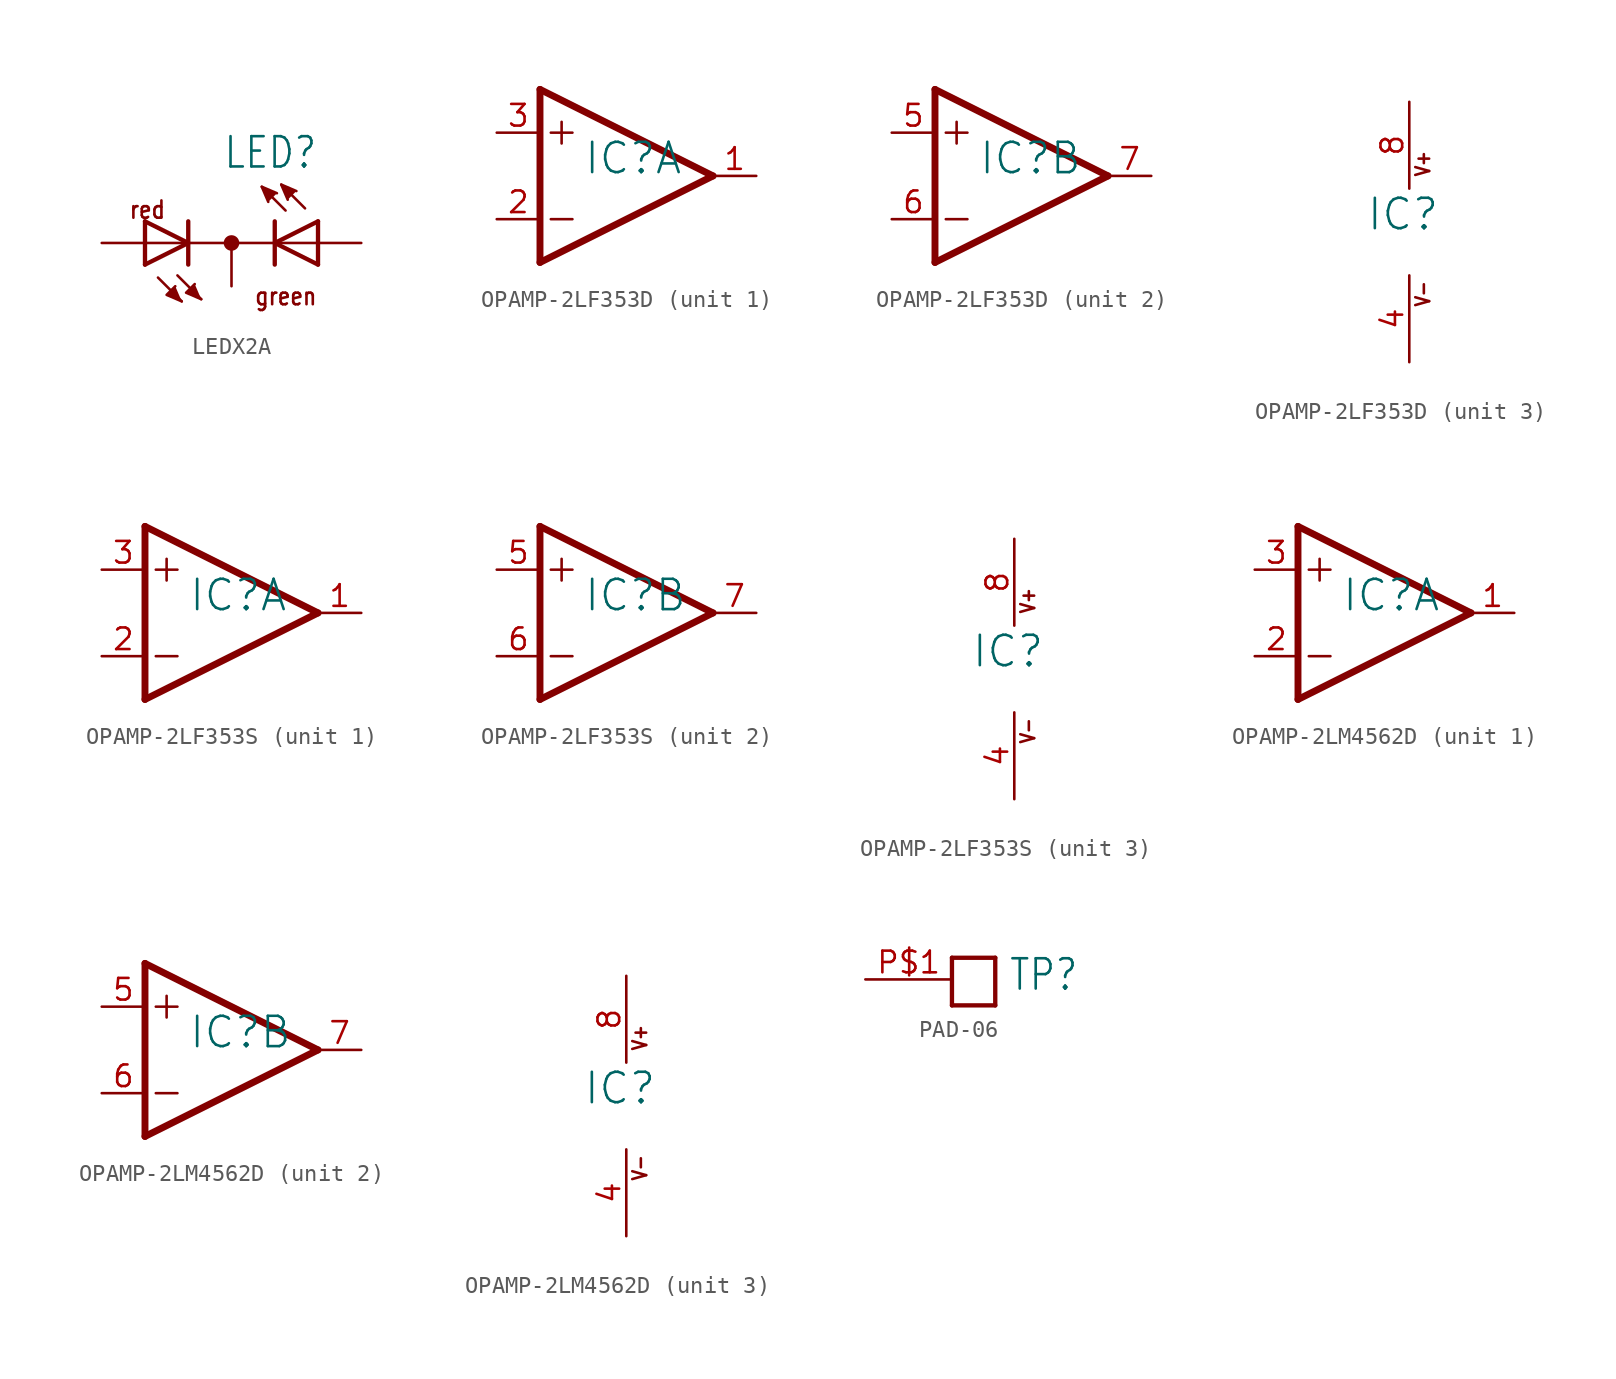
<source format=kicad_sym>
(kicad_symbol_lib
  (version 20231120)
  (generator "kicad_symbol_editor")
  (generator_version "8.0")
  (symbol "LEDX2A"
    (property "Reference" "LED"
      (at 5.08 6.35 0)
      (effects (font (size 1.778 1.511)) (justify right top)))
    (property "Value" ""
      (at 5.08 8.89 0)
      (effects (font (size 1.778 1.511)) (justify right top)))
    (property "ki_locked" ""
      (at 0 0 0)
      (effects (font (size 1.27 1.27))))
    (symbol "LEDX2A_1_0"
      (polyline (pts (xy -5.08 0) (xy -5.08 -1.27)) (stroke (width 0.254) (type solid)) (fill (type none)))
      (polyline (pts (xy -5.08 0) (xy -2.54 0)) (stroke (width 0.152) (type solid)) (fill (type none)))
      (polyline (pts (xy -5.08 1.27) (xy -5.08 0)) (stroke (width 0.254) (type solid)) (fill (type none)))
      (polyline (pts (xy -5.08 1.27) (xy -2.54 0)) (stroke (width 0.254) (type solid)) (fill (type none)))
      (polyline (pts (xy -4.318 -2.032) (xy -2.921 -3.429)) (stroke (width 0.152) (type solid)) (fill (type none)))
      (polyline (pts (xy -3.175 -1.905) (xy -1.778 -3.302)) (stroke (width 0.152) (type solid)) (fill (type none)))
      (polyline (pts (xy -2.54 0) (xy -5.08 -1.27)) (stroke (width 0.254) (type solid)) (fill (type none)))
      (polyline (pts (xy -2.54 0) (xy -2.54 -1.27)) (stroke (width 0.254) (type solid)) (fill (type none)))
      (polyline (pts (xy -2.54 0) (xy 2.54 0)) (stroke (width 0.152) (type solid)) (fill (type none)))
      (polyline (pts (xy -2.54 1.27) (xy -2.54 0)) (stroke (width 0.254) (type solid)) (fill (type none)))
      (polyline (pts (xy 2.54 -1.27) (xy 2.54 0)) (stroke (width 0.254) (type solid)) (fill (type none)))
      (polyline (pts (xy 2.54 0) (xy 2.54 1.27)) (stroke (width 0.254) (type solid)) (fill (type none)))
      (polyline (pts (xy 2.54 0) (xy 5.08 1.27)) (stroke (width 0.254) (type solid)) (fill (type none)))
      (polyline (pts (xy 3.175 1.905) (xy 1.778 3.302)) (stroke (width 0.152) (type solid)) (fill (type none)))
      (polyline (pts (xy 4.318 2.032) (xy 2.921 3.429)) (stroke (width 0.152) (type solid)) (fill (type none)))
      (polyline (pts (xy 5.08 -1.27) (xy 2.54 0)) (stroke (width 0.254) (type solid)) (fill (type none)))
      (polyline (pts (xy 5.08 -1.27) (xy 5.08 0)) (stroke (width 0.254) (type solid)) (fill (type none)))
      (polyline (pts (xy 5.08 0) (xy 2.54 0)) (stroke (width 0.152) (type solid)) (fill (type none)))
      (polyline (pts (xy 5.08 0) (xy 5.08 1.27)) (stroke (width 0.254) (type solid)) (fill (type none)))
      (polyline (pts (xy -2.921 -3.429) (xy -3.81 -3.048) (xy -3.302 -2.54)) (stroke (width 0.152) (type solid)) (fill (type outline)))
      (polyline (pts (xy -1.778 -3.302) (xy -2.667 -2.921) (xy -2.159 -2.413)) (stroke (width 0.152) (type solid)) (fill (type outline)))
      (polyline (pts (xy 2.159 2.413) (xy 1.778 3.302) (xy 2.667 2.921)) (stroke (width 0.152) (type solid)) (fill (type outline)))
      (polyline (pts (xy 3.302 2.54) (xy 2.921 3.429) (xy 3.81 3.048)) (stroke (width 0.152) (type solid)) (fill (type outline)))
      (circle (center 0 0) (radius 0.254) (stroke (width 0.406) (type solid)) (fill (type none)))
      (text "green" (at 5.08 -2.54 0) (effects (font (size 1.016 0.864)) (justify right top)))
      (text "red" (at -3.81 2.54 0) (effects (font (size 1.016 0.864)) (justify right top)))
      (pin passive line (at -7.62 0 0) (length 2.54) (name "AR" (effects (font (size 0 0)))) (number "A-1" (effects (font (size 0 0)))))
      (pin passive line (at 7.62 0 180) (length 2.54) (name "AG" (effects (font (size 0 0)))) (number "A-3" (effects (font (size 0 0)))))
      (pin passive line (at 0 -2.54 90) (length 2.54) (name "C" (effects (font (size 0 0)))) (number "K-2" (effects (font (size 0 0)))))))
  (symbol "OPAMP-2LF353D"
    (property "Reference" "IC"
      (at -2.54 0 0)
      (effects (font (size 1.778 1.778)) (justify left bottom)))
    (property "ki_locked" ""
      (at 0 0 0)
      (effects (font (size 1.27 1.27))))
    (symbol "OPAMP-2LF353D_1_0"
      (polyline (pts (xy -5.08 -5.08) (xy 5.08 0)) (stroke (width 0.406) (type solid)) (fill (type none)))
      (polyline (pts (xy -5.08 5.08) (xy -5.08 -5.08)) (stroke (width 0.406) (type solid)) (fill (type none)))
      (polyline (pts (xy -4.445 -2.54) (xy -3.175 -2.54)) (stroke (width 0.152) (type solid)) (fill (type none)))
      (polyline (pts (xy -4.445 2.54) (xy -3.175 2.54)) (stroke (width 0.152) (type solid)) (fill (type none)))
      (polyline (pts (xy -3.81 3.175) (xy -3.81 1.905)) (stroke (width 0.152) (type solid)) (fill (type none)))
      (polyline (pts (xy 5.08 0) (xy -5.08 5.08)) (stroke (width 0.406) (type solid)) (fill (type none)))
      (pin output line (at 7.62 0 180) (length 2.54) (name "OUT" (effects (font (size 0 0)))) (number "1" (effects (font (size 1.27 1.27)))))
      (pin input line (at -7.62 -2.54 0) (length 2.54) (name "-IN" (effects (font (size 0 0)))) (number "2" (effects (font (size 1.27 1.27)))))
      (pin input line (at -7.62 2.54 0) (length 2.54) (name "+IN" (effects (font (size 0 0)))) (number "3" (effects (font (size 1.27 1.27))))))
    (symbol "OPAMP-2LF353D_2_0"
      (polyline (pts (xy -5.08 -5.08) (xy 5.08 0)) (stroke (width 0.406) (type solid)) (fill (type none)))
      (polyline (pts (xy -5.08 5.08) (xy -5.08 -5.08)) (stroke (width 0.406) (type solid)) (fill (type none)))
      (polyline (pts (xy -4.445 -2.54) (xy -3.175 -2.54)) (stroke (width 0.152) (type solid)) (fill (type none)))
      (polyline (pts (xy -4.445 2.54) (xy -3.175 2.54)) (stroke (width 0.152) (type solid)) (fill (type none)))
      (polyline (pts (xy -3.81 3.175) (xy -3.81 1.905)) (stroke (width 0.152) (type solid)) (fill (type none)))
      (polyline (pts (xy 5.08 0) (xy -5.08 5.08)) (stroke (width 0.406) (type solid)) (fill (type none)))
      (pin input line (at -7.62 2.54 0) (length 2.54) (name "+IN" (effects (font (size 0 0)))) (number "5" (effects (font (size 1.27 1.27)))))
      (pin input line (at -7.62 -2.54 0) (length 2.54) (name "-IN" (effects (font (size 0 0)))) (number "6" (effects (font (size 1.27 1.27)))))
      (pin output line (at 7.62 0 180) (length 2.54) (name "OUT" (effects (font (size 0 0)))) (number "7" (effects (font (size 1.27 1.27))))))
    (symbol "OPAMP-2LF353D_3_0"
      (text "V+" (at 1.27 3.175 900) (effects (font (size 0.813 0.691)) (justify left bottom)))
      (text "V-" (at 1.27 -4.445 900) (effects (font (size 0.813 0.691)) (justify left bottom)))
      (pin power_in line (at 0 -7.62 90) (length 5.08) (name "V-" (effects (font (size 0 0)))) (number "4" (effects (font (size 1.27 1.27)))))
      (pin power_in line (at 0 7.62 270) (length 5.08) (name "V+" (effects (font (size 0 0)))) (number "8" (effects (font (size 1.27 1.27)))))))
  (symbol "OPAMP-2LF353S"
    (property "Reference" "IC"
      (at -2.54 0 0)
      (effects (font (size 1.778 1.778)) (justify left bottom)))
    (property "ki_locked" ""
      (at 0 0 0)
      (effects (font (size 1.27 1.27))))
    (symbol "OPAMP-2LF353S_1_0"
      (polyline (pts (xy -5.08 -5.08) (xy 5.08 0)) (stroke (width 0.406) (type solid)) (fill (type none)))
      (polyline (pts (xy -5.08 5.08) (xy -5.08 -5.08)) (stroke (width 0.406) (type solid)) (fill (type none)))
      (polyline (pts (xy -4.445 -2.54) (xy -3.175 -2.54)) (stroke (width 0.152) (type solid)) (fill (type none)))
      (polyline (pts (xy -4.445 2.54) (xy -3.175 2.54)) (stroke (width 0.152) (type solid)) (fill (type none)))
      (polyline (pts (xy -3.81 3.175) (xy -3.81 1.905)) (stroke (width 0.152) (type solid)) (fill (type none)))
      (polyline (pts (xy 5.08 0) (xy -5.08 5.08)) (stroke (width 0.406) (type solid)) (fill (type none)))
      (pin output line (at 7.62 0 180) (length 2.54) (name "OUT" (effects (font (size 0 0)))) (number "1" (effects (font (size 1.27 1.27)))))
      (pin input line (at -7.62 -2.54 0) (length 2.54) (name "-IN" (effects (font (size 0 0)))) (number "2" (effects (font (size 1.27 1.27)))))
      (pin input line (at -7.62 2.54 0) (length 2.54) (name "+IN" (effects (font (size 0 0)))) (number "3" (effects (font (size 1.27 1.27))))))
    (symbol "OPAMP-2LF353S_2_0"
      (polyline (pts (xy -5.08 -5.08) (xy 5.08 0)) (stroke (width 0.406) (type solid)) (fill (type none)))
      (polyline (pts (xy -5.08 5.08) (xy -5.08 -5.08)) (stroke (width 0.406) (type solid)) (fill (type none)))
      (polyline (pts (xy -4.445 -2.54) (xy -3.175 -2.54)) (stroke (width 0.152) (type solid)) (fill (type none)))
      (polyline (pts (xy -4.445 2.54) (xy -3.175 2.54)) (stroke (width 0.152) (type solid)) (fill (type none)))
      (polyline (pts (xy -3.81 3.175) (xy -3.81 1.905)) (stroke (width 0.152) (type solid)) (fill (type none)))
      (polyline (pts (xy 5.08 0) (xy -5.08 5.08)) (stroke (width 0.406) (type solid)) (fill (type none)))
      (pin input line (at -7.62 2.54 0) (length 2.54) (name "+IN" (effects (font (size 0 0)))) (number "5" (effects (font (size 1.27 1.27)))))
      (pin input line (at -7.62 -2.54 0) (length 2.54) (name "-IN" (effects (font (size 0 0)))) (number "6" (effects (font (size 1.27 1.27)))))
      (pin output line (at 7.62 0 180) (length 2.54) (name "OUT" (effects (font (size 0 0)))) (number "7" (effects (font (size 1.27 1.27))))))
    (symbol "OPAMP-2LF353S_3_0"
      (text "V+" (at 1.27 3.175 900) (effects (font (size 0.813 0.691)) (justify left bottom)))
      (text "V-" (at 1.27 -4.445 900) (effects (font (size 0.813 0.691)) (justify left bottom)))
      (pin power_in line (at 0 -7.62 90) (length 5.08) (name "V-" (effects (font (size 0 0)))) (number "4" (effects (font (size 1.27 1.27)))))
      (pin power_in line (at 0 7.62 270) (length 5.08) (name "V+" (effects (font (size 0 0)))) (number "8" (effects (font (size 1.27 1.27)))))))
  (symbol "OPAMP-2LM4562D"
    (property "Reference" "IC"
      (at -2.54 0 0)
      (effects (font (size 1.778 1.778)) (justify left bottom)))
    (property "ki_locked" ""
      (at 0 0 0)
      (effects (font (size 1.27 1.27))))
    (symbol "OPAMP-2LM4562D_1_0"
      (polyline (pts (xy -5.08 -5.08) (xy 5.08 0)) (stroke (width 0.406) (type solid)) (fill (type none)))
      (polyline (pts (xy -5.08 5.08) (xy -5.08 -5.08)) (stroke (width 0.406) (type solid)) (fill (type none)))
      (polyline (pts (xy -4.445 -2.54) (xy -3.175 -2.54)) (stroke (width 0.152) (type solid)) (fill (type none)))
      (polyline (pts (xy -4.445 2.54) (xy -3.175 2.54)) (stroke (width 0.152) (type solid)) (fill (type none)))
      (polyline (pts (xy -3.81 3.175) (xy -3.81 1.905)) (stroke (width 0.152) (type solid)) (fill (type none)))
      (polyline (pts (xy 5.08 0) (xy -5.08 5.08)) (stroke (width 0.406) (type solid)) (fill (type none)))
      (pin output line (at 7.62 0 180) (length 2.54) (name "OUT" (effects (font (size 0 0)))) (number "1" (effects (font (size 1.27 1.27)))))
      (pin input line (at -7.62 -2.54 0) (length 2.54) (name "-IN" (effects (font (size 0 0)))) (number "2" (effects (font (size 1.27 1.27)))))
      (pin input line (at -7.62 2.54 0) (length 2.54) (name "+IN" (effects (font (size 0 0)))) (number "3" (effects (font (size 1.27 1.27))))))
    (symbol "OPAMP-2LM4562D_2_0"
      (polyline (pts (xy -5.08 -5.08) (xy 5.08 0)) (stroke (width 0.406) (type solid)) (fill (type none)))
      (polyline (pts (xy -5.08 5.08) (xy -5.08 -5.08)) (stroke (width 0.406) (type solid)) (fill (type none)))
      (polyline (pts (xy -4.445 -2.54) (xy -3.175 -2.54)) (stroke (width 0.152) (type solid)) (fill (type none)))
      (polyline (pts (xy -4.445 2.54) (xy -3.175 2.54)) (stroke (width 0.152) (type solid)) (fill (type none)))
      (polyline (pts (xy -3.81 3.175) (xy -3.81 1.905)) (stroke (width 0.152) (type solid)) (fill (type none)))
      (polyline (pts (xy 5.08 0) (xy -5.08 5.08)) (stroke (width 0.406) (type solid)) (fill (type none)))
      (pin input line (at -7.62 2.54 0) (length 2.54) (name "+IN" (effects (font (size 0 0)))) (number "5" (effects (font (size 1.27 1.27)))))
      (pin input line (at -7.62 -2.54 0) (length 2.54) (name "-IN" (effects (font (size 0 0)))) (number "6" (effects (font (size 1.27 1.27)))))
      (pin output line (at 7.62 0 180) (length 2.54) (name "OUT" (effects (font (size 0 0)))) (number "7" (effects (font (size 1.27 1.27))))))
    (symbol "OPAMP-2LM4562D_3_0"
      (text "V+" (at 1.27 3.175 900) (effects (font (size 0.813 0.691)) (justify left bottom)))
      (text "V-" (at 1.27 -4.445 900) (effects (font (size 0.813 0.691)) (justify left bottom)))
      (pin power_in line (at 0 -7.62 90) (length 5.08) (name "V-" (effects (font (size 0 0)))) (number "4" (effects (font (size 1.27 1.27)))))
      (pin power_in line (at 0 7.62 270) (length 5.08) (name "V+" (effects (font (size 0 0)))) (number "8" (effects (font (size 1.27 1.27)))))))
  (symbol "PAD-06"
    (property "Reference" "TP"
      (at 3.302 -0.762 0)
      (effects (font (size 1.778 1.511)) (justify left bottom)))
    (property "ki_locked" ""
      (at 0 0 0)
      (effects (font (size 1.27 1.27))))
    (symbol "PAD-06_1_0"
      (polyline (pts (xy 0 -1.524) (xy 2.54 -1.524)) (stroke (width 0.254) (type solid)) (fill (type none)))
      (polyline (pts (xy 0 1.27) (xy 0 -1.524)) (stroke (width 0.254) (type solid)) (fill (type none)))
      (polyline (pts (xy 2.54 -1.524) (xy 2.54 1.27)) (stroke (width 0.254) (type solid)) (fill (type none)))
      (polyline (pts (xy 2.54 1.27) (xy 0 1.27)) (stroke (width 0.254) (type solid)) (fill (type none)))
      (pin bidirectional line (at -5.08 0 0) (length 5.08) (name "1" (effects (font (size 0 0)))) (number "P$1" (effects (font (size 1.27 1.27))))))))
</source>
